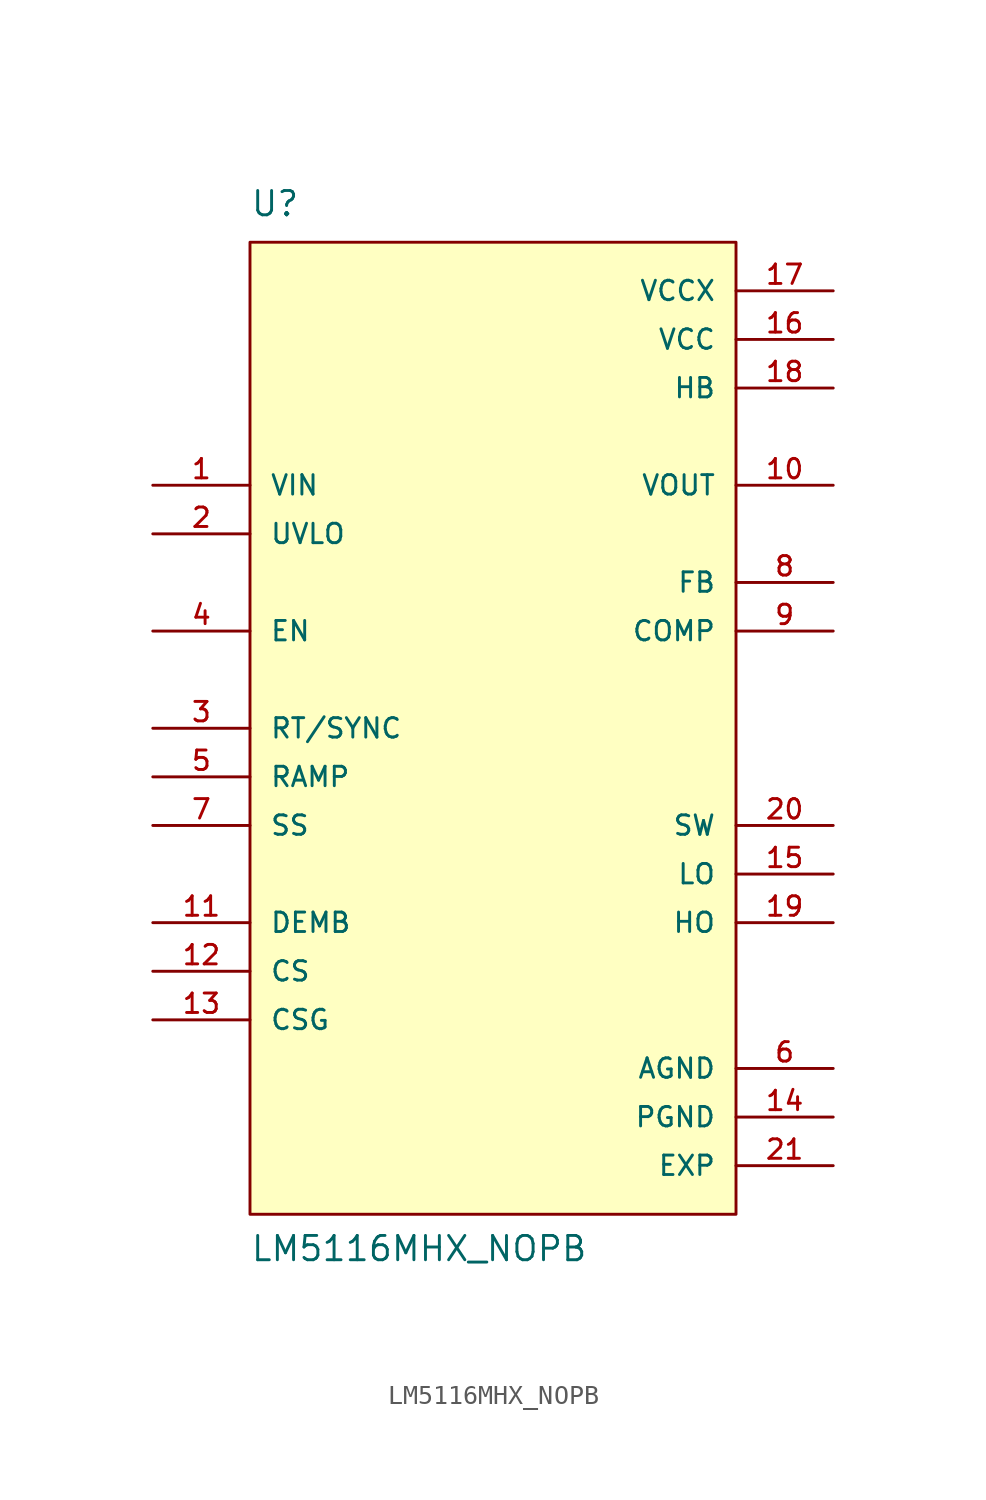
<source format=kicad_sym>
(kicad_symbol_lib
  (version 20211014)
  (generator kicad_symbol_editor)
  (symbol "LM5116MHX_NOPB"
    (pin_names
      (offset 1.016))
    (property "Reference" "U"
      (at -12.7 26.67 0)
      (effects (font (size 1.27 1.27)) (justify bottom left)))
    (property "Value" "LM5116MHX_NOPB"
      (at -12.7 -27.94 0)
      (effects (font (size 1.27 1.27)) (justify bottom left)))
    (symbol "LM5116MHX_NOPB_0_0"
      (rectangle (start -12.7 -25.4) (end 12.7 25.4) (stroke (width 0.152)) (fill (type background)))
      (pin input line (at -17.78 12.7 0) (length 5.08) (name "VIN" (effects (font (size 1.016 1.016)))) (number "1" (effects (font (size 1.016 1.016)))))
      (pin input line (at -17.78 10.16 0) (length 5.08) (name "UVLO" (effects (font (size 1.016 1.016)))) (number "2" (effects (font (size 1.016 1.016)))))
      (pin input line (at -17.78 0.0 0) (length 5.08) (name "RT/SYNC" (effects (font (size 1.016 1.016)))) (number "3" (effects (font (size 1.016 1.016)))))
      (pin input line (at -17.78 5.08 0) (length 5.08) (name "EN" (effects (font (size 1.016 1.016)))) (number "4" (effects (font (size 1.016 1.016)))))
      (pin input line (at -17.78 -2.54 0) (length 5.08) (name "RAMP" (effects (font (size 1.016 1.016)))) (number "5" (effects (font (size 1.016 1.016)))))
      (pin power_in line (at 17.78 -17.78 180.0) (length 5.08) (name "AGND" (effects (font (size 1.016 1.016)))) (number "6" (effects (font (size 1.016 1.016)))))
      (pin input line (at -17.78 -5.08 0) (length 5.08) (name "SS" (effects (font (size 1.016 1.016)))) (number "7" (effects (font (size 1.016 1.016)))))
      (pin input line (at 17.78 7.62 180.0) (length 5.08) (name "FB" (effects (font (size 1.016 1.016)))) (number "8" (effects (font (size 1.016 1.016)))))
      (pin output line (at 17.78 5.08 180.0) (length 5.08) (name "COMP" (effects (font (size 1.016 1.016)))) (number "9" (effects (font (size 1.016 1.016)))))
      (pin output line (at 17.78 12.7 180.0) (length 5.08) (name "VOUT" (effects (font (size 1.016 1.016)))) (number "10" (effects (font (size 1.016 1.016)))))
      (pin input line (at -17.78 -10.16 0) (length 5.08) (name "DEMB" (effects (font (size 1.016 1.016)))) (number "11" (effects (font (size 1.016 1.016)))))
      (pin input line (at -17.78 -12.7 0) (length 5.08) (name "CS" (effects (font (size 1.016 1.016)))) (number "12" (effects (font (size 1.016 1.016)))))
      (pin input line (at -17.78 -15.24 0) (length 5.08) (name "CSG" (effects (font (size 1.016 1.016)))) (number "13" (effects (font (size 1.016 1.016)))))
      (pin power_in line (at 17.78 -20.32 180.0) (length 5.08) (name "PGND" (effects (font (size 1.016 1.016)))) (number "14" (effects (font (size 1.016 1.016)))))
      (pin output line (at 17.78 -7.62 180.0) (length 5.08) (name "LO" (effects (font (size 1.016 1.016)))) (number "15" (effects (font (size 1.016 1.016)))))
      (pin power_in line (at 17.78 20.32 180.0) (length 5.08) (name "VCC" (effects (font (size 1.016 1.016)))) (number "16" (effects (font (size 1.016 1.016)))))
      (pin power_in line (at 17.78 22.86 180.0) (length 5.08) (name "VCCX" (effects (font (size 1.016 1.016)))) (number "17" (effects (font (size 1.016 1.016)))))
      (pin power_in line (at 17.78 17.78 180.0) (length 5.08) (name "HB" (effects (font (size 1.016 1.016)))) (number "18" (effects (font (size 1.016 1.016)))))
      (pin output line (at 17.78 -10.16 180.0) (length 5.08) (name "HO" (effects (font (size 1.016 1.016)))) (number "19" (effects (font (size 1.016 1.016)))))
      (pin output line (at 17.78 -5.08 180.0) (length 5.08) (name "SW" (effects (font (size 1.016 1.016)))) (number "20" (effects (font (size 1.016 1.016)))))
      (pin power_in line (at 17.78 -22.86 180.0) (length 5.08) (name "EXP" (effects (font (size 1.016 1.016)))) (number "21" (effects (font (size 1.016 1.016))))))))
</source>
